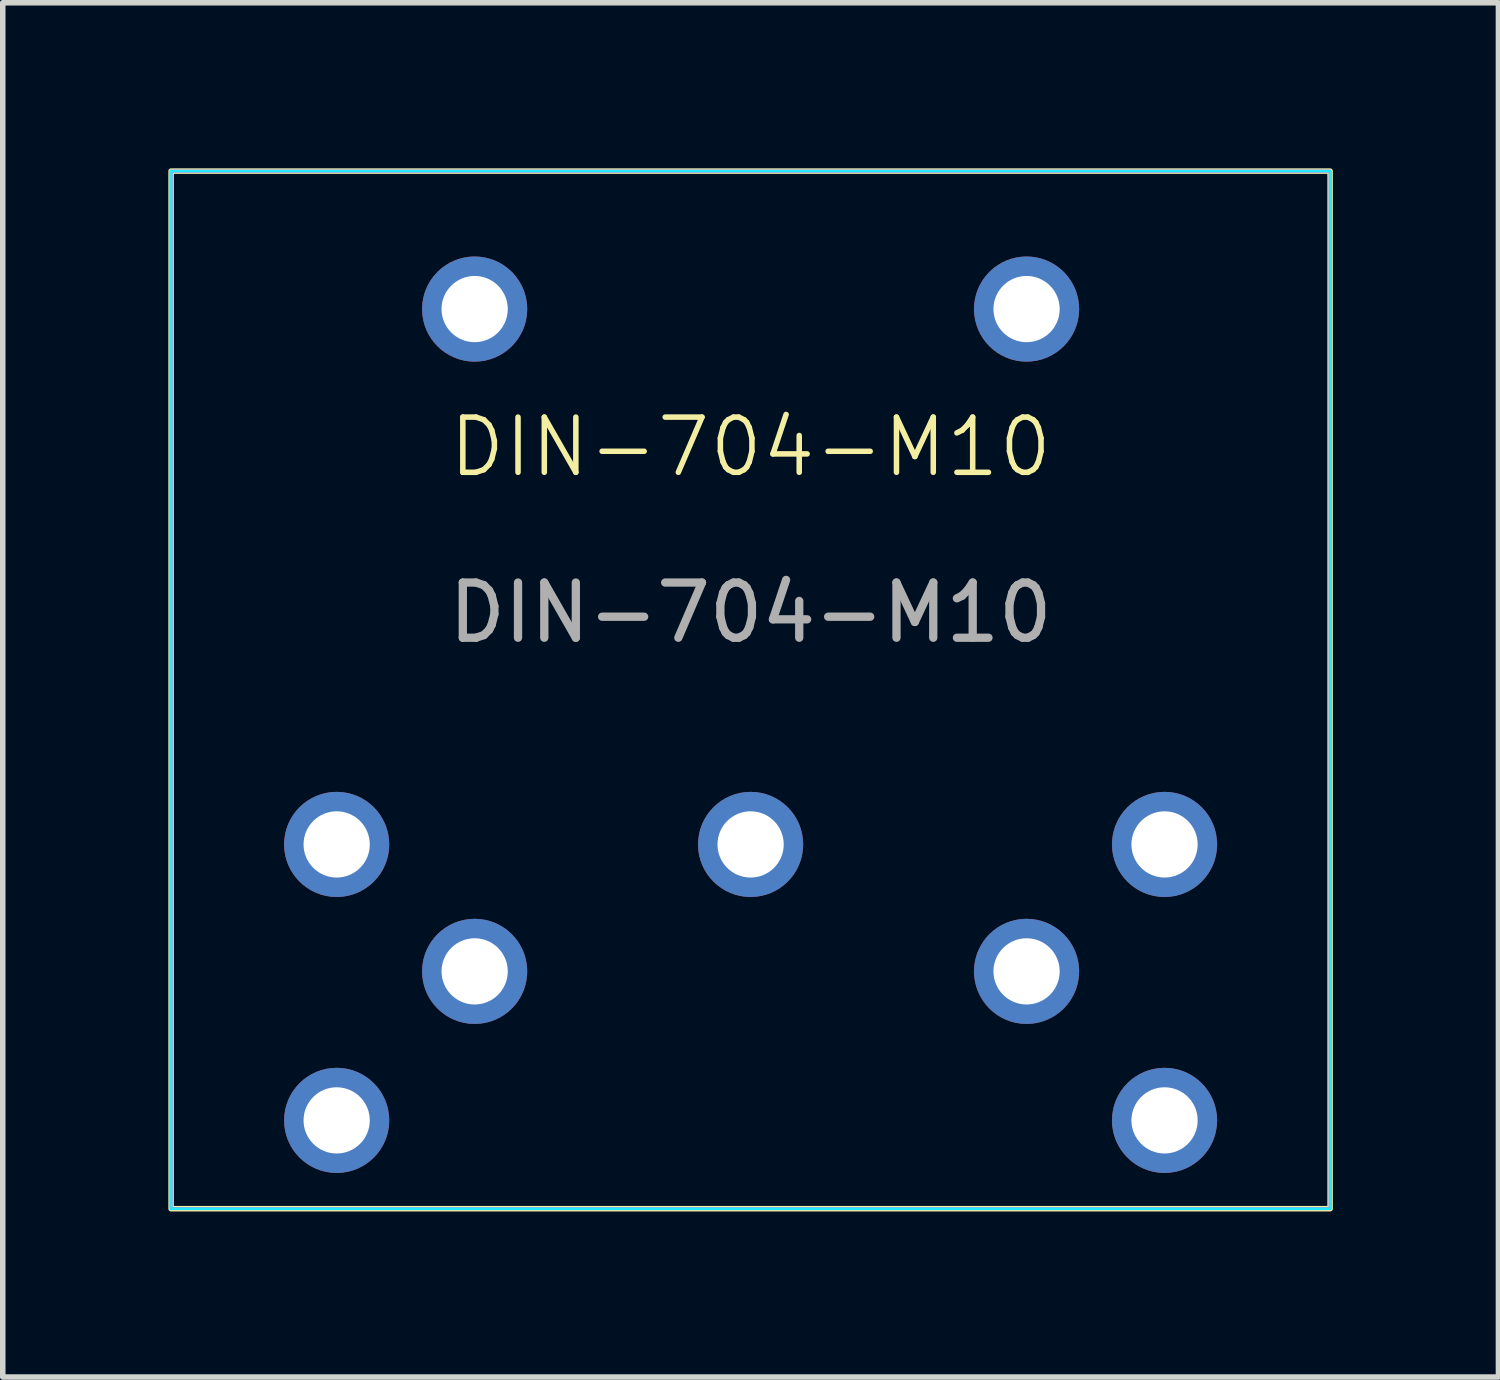
<source format=kicad_pcb>
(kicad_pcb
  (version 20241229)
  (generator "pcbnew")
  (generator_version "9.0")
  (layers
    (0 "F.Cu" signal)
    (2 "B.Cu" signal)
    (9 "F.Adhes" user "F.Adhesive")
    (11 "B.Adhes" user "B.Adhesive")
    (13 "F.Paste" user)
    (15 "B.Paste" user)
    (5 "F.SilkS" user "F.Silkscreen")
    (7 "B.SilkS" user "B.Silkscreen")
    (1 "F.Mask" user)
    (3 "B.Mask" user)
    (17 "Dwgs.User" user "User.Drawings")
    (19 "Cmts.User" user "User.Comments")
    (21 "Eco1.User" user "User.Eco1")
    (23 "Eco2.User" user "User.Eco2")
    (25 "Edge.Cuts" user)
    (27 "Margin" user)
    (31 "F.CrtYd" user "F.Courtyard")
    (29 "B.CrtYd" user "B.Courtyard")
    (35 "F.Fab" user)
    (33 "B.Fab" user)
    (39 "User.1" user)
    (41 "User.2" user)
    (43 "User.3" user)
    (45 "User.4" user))
  (footprint "DIN-704-M10"
    (layer "F.Cu")
    (at 10.55 9.45)
    (property "Reference" "DIN-704-M10" (at 0 -4.4 0) (unlocked yes) (layer "F.SilkS") (effects (font (size 1 1) (thickness 0.1))))
    (attr through_hole)
    (fp_rect (start -10.5 -9.4) (end 10.5 9.4) (stroke (width 0.1) (type solid)) (fill no) (layer "F.SilkS"))
    (fp_rect (start -10.5 -9.4) (end 10.5 9.4) (stroke (width 0.05) (type solid)) (fill no) (layer "B.CrtYd"))
    (fp_rect (start -10.5 -9.4) (end 10.5 9.4) (stroke (width 0.05) (type solid)) (fill no) (layer "F.CrtYd"))
    (fp_text user "${REFERENCE}" (at 0 -1.4 0) (unlocked yes) (layer "F.Fab") (effects (font (size 1 1) (thickness 0.15))))
    (pad "1" thru_hole circle (at 7.5 2.8) (size 1.905 1.905) (drill 1.2) (layers "*.Cu" "*.Mask"))
    (pad "2" thru_hole circle (at 0 2.8) (size 1.905 1.905) (drill 1.2) (layers "*.Cu" "*.Mask"))
    (pad "3" thru_hole circle (at -7.5 2.8) (size 1.905 1.905) (drill 1.2) (layers "*.Cu" "*.Mask"))
    (pad "4" thru_hole circle (at 5 5.1) (size 1.905 1.905) (drill 1.2) (layers "*.Cu" "*.Mask"))
    (pad "5" thru_hole circle (at -5 5.1) (size 1.905 1.905) (drill 1.2) (layers "*.Cu" "*.Mask"))
    (pad "6" thru_hole circle (at 7.5 7.8) (size 1.905 1.905) (drill 1.2) (layers "*.Cu" "*.Mask"))
    (pad "7" thru_hole circle (at -7.5 7.8) (size 1.905 1.905) (drill 1.2) (layers "*.Cu" "*.Mask"))
    (pad "8" thru_hole circle (at -5 -6.9) (size 1.905 1.905) (drill 1.2) (layers "*.Cu" "*.Mask"))
    (pad "8" thru_hole circle (at 5 -6.9) (size 1.905 1.905) (drill 1.2) (layers "*.Cu" "*.Mask")))
  (gr_rect
    (start -3 -3)
    (end 24.1 21.9)
    (stroke (width 0.1) (type default))
    (fill no)
    (layer "Edge.Cuts")))
</source>
